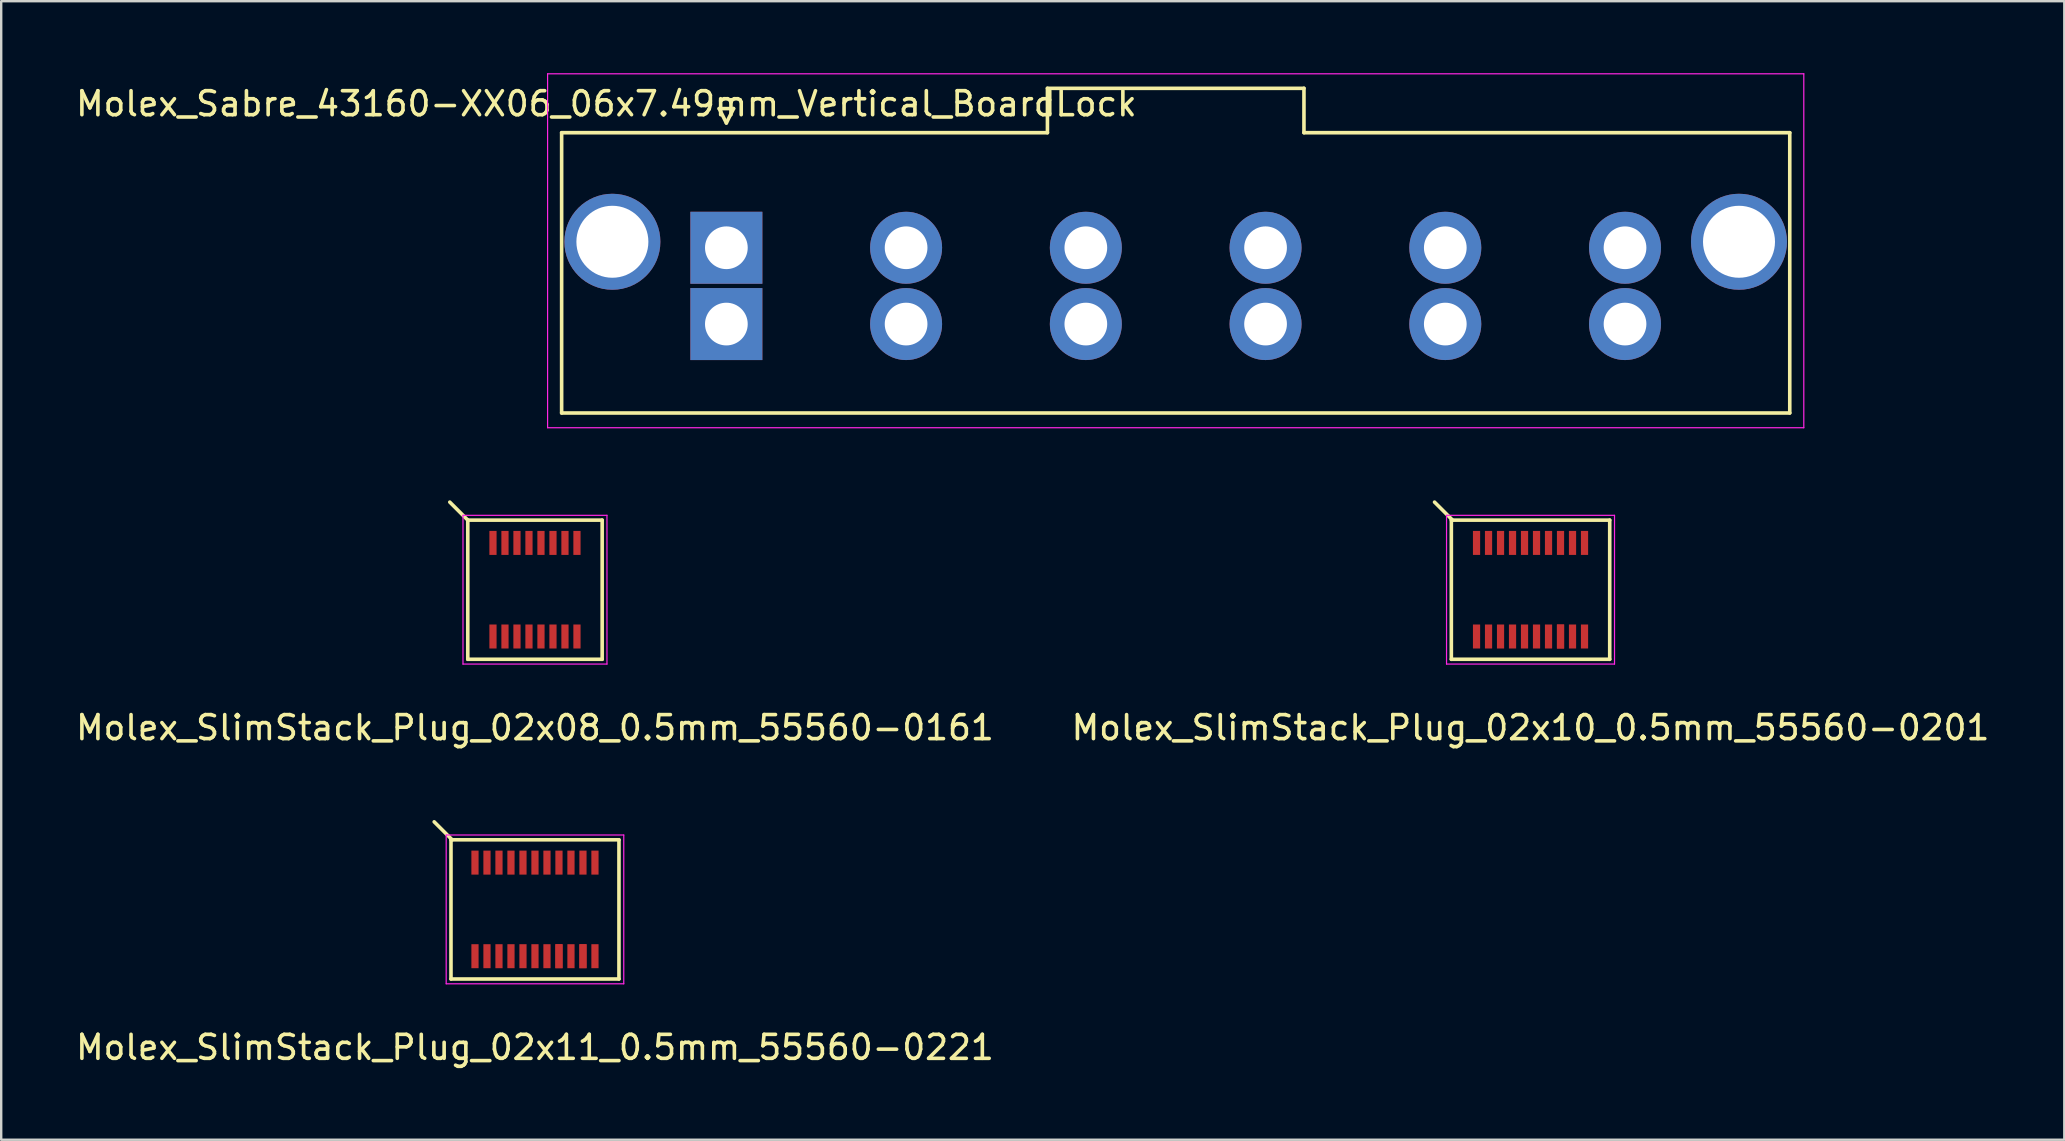
<source format=kicad_pcb>
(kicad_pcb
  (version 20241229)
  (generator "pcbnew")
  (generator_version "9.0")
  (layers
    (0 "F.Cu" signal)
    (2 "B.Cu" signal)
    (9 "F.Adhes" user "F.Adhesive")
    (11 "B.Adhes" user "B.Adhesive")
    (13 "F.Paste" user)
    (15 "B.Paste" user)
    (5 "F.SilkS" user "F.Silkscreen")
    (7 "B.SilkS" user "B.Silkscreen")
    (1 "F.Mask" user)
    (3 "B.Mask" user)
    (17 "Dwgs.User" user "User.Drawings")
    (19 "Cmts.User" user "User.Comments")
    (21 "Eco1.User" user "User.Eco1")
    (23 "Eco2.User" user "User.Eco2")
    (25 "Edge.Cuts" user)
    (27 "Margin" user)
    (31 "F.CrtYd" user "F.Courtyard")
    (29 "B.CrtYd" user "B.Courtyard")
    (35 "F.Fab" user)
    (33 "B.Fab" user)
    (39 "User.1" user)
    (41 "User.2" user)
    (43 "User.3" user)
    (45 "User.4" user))
  (footprint "Molex_SlimStack_Plug_02x11_0.5mm_55560-0221"
    (layer "F.Cu")
    (at 19.244 34.848)
    (property "Reference" "Molex_SlimStack_Plug_02x11_0.5mm_55560-0221" (at 0 5.75 0) (layer "F.SilkS") (effects (font (size 1 1) (thickness 0.15))))
    (attr smd)
    (fp_line (start -3.5 -2.9) (end -3.5 2.9) (stroke (width 0.15) (type solid)) (layer "F.SilkS"))
    (fp_line (start -3.5 2.9) (end 3.5 2.9) (stroke (width 0.15) (type solid)) (layer "F.SilkS"))
    (fp_line (start -3.45 -2.9) (end -4.2 -3.65) (stroke (width 0.15) (type solid)) (layer "F.SilkS"))
    (fp_line (start 3.5 -2.9) (end -3.5 -2.9) (stroke (width 0.15) (type solid)) (layer "F.SilkS"))
    (fp_line (start 3.5 2.9) (end 3.5 -2.9) (stroke (width 0.15) (type solid)) (layer "F.SilkS"))
    (fp_line (start -3.7 -3.1) (end -3.7 3.1) (stroke (width 0.05) (type solid)) (layer "F.CrtYd"))
    (fp_line (start -3.7 3.1) (end 3.7 3.1) (stroke (width 0.05) (type solid)) (layer "F.CrtYd"))
    (fp_line (start 3.7 -3.1) (end -3.7 -3.1) (stroke (width 0.05) (type solid)) (layer "F.CrtYd"))
    (fp_line (start 3.7 3.1) (end 3.7 -3.1) (stroke (width 0.05) (type solid)) (layer "F.CrtYd"))
    (pad "1" smd rect (at -2.5 -1.95) (size 0.3 1) (layers "F.Cu" "F.Mask" "F.Paste"))
    (pad "2" smd rect (at -2.5 1.95) (size 0.3 1) (layers "F.Cu" "F.Mask" "F.Paste"))
    (pad "3" smd rect (at -2 -1.95) (size 0.3 1) (layers "F.Cu" "F.Mask" "F.Paste"))
    (pad "4" smd rect (at -2 1.95) (size 0.3 1) (layers "F.Cu" "F.Mask" "F.Paste"))
    (pad "5" smd rect (at -1.5 -1.95) (size 0.3 1) (layers "F.Cu" "F.Mask" "F.Paste"))
    (pad "6" smd rect (at -1.5 1.95) (size 0.3 1) (layers "F.Cu" "F.Mask" "F.Paste"))
    (pad "7" smd rect (at -1 -1.95) (size 0.3 1) (layers "F.Cu" "F.Mask" "F.Paste"))
    (pad "8" smd rect (at -1 1.95) (size 0.3 1) (layers "F.Cu" "F.Mask" "F.Paste"))
    (pad "9" smd rect (at -0.5 -1.95) (size 0.3 1) (layers "F.Cu" "F.Mask" "F.Paste"))
    (pad "10" smd rect (at -0.5 1.95) (size 0.3 1) (layers "F.Cu" "F.Mask" "F.Paste"))
    (pad "11" smd rect (at 0 -1.95) (size 0.3 1) (layers "F.Cu" "F.Mask" "F.Paste"))
    (pad "12" smd rect (at 0 1.95) (size 0.3 1) (layers "F.Cu" "F.Mask" "F.Paste"))
    (pad "13" smd rect (at 0.5 -1.95) (size 0.3 1) (layers "F.Cu" "F.Mask" "F.Paste"))
    (pad "14" smd rect (at 0.5 1.95) (size 0.3 1) (layers "F.Cu" "F.Mask" "F.Paste"))
    (pad "15" smd rect (at 1 -1.95) (size 0.3 1) (layers "F.Cu" "F.Mask" "F.Paste"))
    (pad "16" smd rect (at 1 1.95) (size 0.3 1) (layers "F.Cu" "F.Mask" "F.Paste"))
    (pad "16" smd rect (at 1 1.95) (size 0.3 1) (layers "F.Cu" "F.Mask" "F.Paste"))
    (pad "17" smd rect (at 1.5 -1.95) (size 0.3 1) (layers "F.Cu" "F.Mask" "F.Paste"))
    (pad "18" smd rect (at 1.5 1.95) (size 0.3 1) (layers "F.Cu" "F.Mask" "F.Paste"))
    (pad "19" smd rect (at 2 -1.95) (size 0.3 1) (layers "F.Cu" "F.Mask" "F.Paste"))
    (pad "20" smd rect (at 2 1.95) (size 0.3 1) (layers "F.Cu" "F.Mask" "F.Paste"))
    (pad "20" smd rect (at 2 1.95) (size 0.3 1) (layers "F.Cu" "F.Mask" "F.Paste"))
    (pad "21" smd rect (at 2.5 -1.95) (size 0.3 1) (layers "F.Cu" "F.Mask" "F.Paste"))
    (pad "22" smd rect (at 2.5 1.95) (size 0.3 1) (layers "F.Cu" "F.Mask" "F.Paste")))
  (footprint "Molex_Sabre_43160-XX06_06x7.49mm_Vertical_BoardLock"
    (layer "F.Cu")
    (at 27.22 7.275)
    (property "Reference" "Molex_Sabre_43160-XX06_06x7.49mm_Vertical_BoardLock" (at -5 -6 0) (layer "F.SilkS") (effects (font (size 1 1) (thickness 0.15))))
    (attr through_hole)
    (fp_line (start -6.865 -4.795) (end 13.38 -4.795) (stroke (width 0.15) (type solid)) (layer "F.SilkS"))
    (fp_line (start -6.865 6.885) (end -6.865 -4.795) (stroke (width 0.15) (type solid)) (layer "F.SilkS"))
    (fp_line (start -0.3 -5.8) (end 0 -5.2) (stroke (width 0.15) (type solid)) (layer "F.SilkS"))
    (fp_line (start 0 -5.2) (end 0.3 -5.8) (stroke (width 0.15) (type solid)) (layer "F.SilkS"))
    (fp_line (start 0.3 -5.8) (end -0.3 -5.8) (stroke (width 0.15) (type solid)) (layer "F.SilkS"))
    (fp_line (start 13.38 -6.645) (end 24.07 -6.645) (stroke (width 0.15) (type solid)) (layer "F.SilkS"))
    (fp_line (start 13.38 -4.795) (end 13.38 -6.645) (stroke (width 0.15) (type solid)) (layer "F.SilkS"))
    (fp_line (start 24.07 -6.645) (end 24.07 -4.795) (stroke (width 0.15) (type solid)) (layer "F.SilkS"))
    (fp_line (start 24.07 -4.795) (end 44.315 -4.795) (stroke (width 0.15) (type solid)) (layer "F.SilkS"))
    (fp_line (start 44.315 -4.795) (end 44.315 6.885) (stroke (width 0.15) (type solid)) (layer "F.SilkS"))
    (fp_line (start 44.315 6.885) (end -6.865 6.885) (stroke (width 0.15) (type solid)) (layer "F.SilkS"))
    (fp_line (start -7.45 -7.25) (end -7.45 7.5) (stroke (width 0.05) (type solid)) (layer "F.CrtYd"))
    (fp_line (start -7.45 7.5) (end 44.9 7.5) (stroke (width 0.05) (type solid)) (layer "F.CrtYd"))
    (fp_line (start 44.9 -7.25) (end -7.45 -7.25) (stroke (width 0.05) (type solid)) (layer "F.CrtYd"))
    (fp_line (start 44.9 7.5) (end 44.9 -7.25) (stroke (width 0.05) (type solid)) (layer "F.CrtYd"))
    (pad "" thru_hole circle (at -4.75 -0.25) (size 4 4) (drill 3) (layers "*.Cu" "*.Mask"))
    (pad "" thru_hole circle (at 42.2 -0.25) (size 4 4) (drill 3) (layers "*.Cu" "*.Mask"))
    (pad "1" thru_hole rect (at 0 0) (size 3 3) (drill 1.78) (layers "*.Cu" "*.Mask"))
    (pad "1" thru_hole rect (at 0 3.18) (size 3 3) (drill 1.78) (layers "*.Cu" "*.Mask"))
    (pad "2" thru_hole circle (at 7.49 0) (size 3 3) (drill 1.78) (layers "*.Cu" "*.Mask"))
    (pad "2" thru_hole circle (at 7.49 3.18) (size 3 3) (drill 1.78) (layers "*.Cu" "*.Mask"))
    (pad "3" thru_hole circle (at 14.98 0) (size 3 3) (drill 1.78) (layers "*.Cu" "*.Mask"))
    (pad "3" thru_hole circle (at 14.98 3.18) (size 3 3) (drill 1.78) (layers "*.Cu" "*.Mask"))
    (pad "4" thru_hole circle (at 22.47 0) (size 3 3) (drill 1.78) (layers "*.Cu" "*.Mask"))
    (pad "4" thru_hole circle (at 22.47 3.18) (size 3 3) (drill 1.78) (layers "*.Cu" "*.Mask"))
    (pad "5" thru_hole circle (at 29.96 0) (size 3 3) (drill 1.78) (layers "*.Cu" "*.Mask"))
    (pad "5" thru_hole circle (at 29.96 3.18) (size 3 3) (drill 1.78) (layers "*.Cu" "*.Mask"))
    (pad "6" thru_hole circle (at 37.45 0) (size 3 3) (drill 1.78) (layers "*.Cu" "*.Mask"))
    (pad "6" thru_hole circle (at 37.45 3.18) (size 3 3) (drill 1.78) (layers "*.Cu" "*.Mask")))
  (footprint "Molex_SlimStack_Plug_02x10_0.5mm_55560-0201"
    (layer "F.Cu")
    (at 60.732 21.525)
    (property "Reference" "Molex_SlimStack_Plug_02x10_0.5mm_55560-0201" (at 0 5.75 0) (layer "F.SilkS") (effects (font (size 1 1) (thickness 0.15))))
    (attr smd)
    (fp_line (start -3.3 -2.9) (end -3.3 2.9) (stroke (width 0.15) (type solid)) (layer "F.SilkS"))
    (fp_line (start -3.3 2.9) (end 3.3 2.9) (stroke (width 0.15) (type solid)) (layer "F.SilkS"))
    (fp_line (start -3.25 -2.9) (end -4 -3.65) (stroke (width 0.15) (type solid)) (layer "F.SilkS"))
    (fp_line (start 3.3 -2.9) (end -3.3 -2.9) (stroke (width 0.15) (type solid)) (layer "F.SilkS"))
    (fp_line (start 3.3 2.9) (end 3.3 -2.9) (stroke (width 0.15) (type solid)) (layer "F.SilkS"))
    (fp_line (start -3.5 -3.1) (end -3.5 3.1) (stroke (width 0.05) (type solid)) (layer "F.CrtYd"))
    (fp_line (start -3.5 3.1) (end 3.5 3.1) (stroke (width 0.05) (type solid)) (layer "F.CrtYd"))
    (fp_line (start 3.5 -3.1) (end -3.5 -3.1) (stroke (width 0.05) (type solid)) (layer "F.CrtYd"))
    (fp_line (start 3.5 3.1) (end 3.5 -3.1) (stroke (width 0.05) (type solid)) (layer "F.CrtYd"))
    (pad "1" smd rect (at -2.25 -1.95) (size 0.3 1) (layers "F.Cu" "F.Mask" "F.Paste"))
    (pad "2" smd rect (at -2.25 1.95) (size 0.3 1) (layers "F.Cu" "F.Mask" "F.Paste"))
    (pad "3" smd rect (at -1.75 -1.95) (size 0.3 1) (layers "F.Cu" "F.Mask" "F.Paste"))
    (pad "4" smd rect (at -1.75 1.95) (size 0.3 1) (layers "F.Cu" "F.Mask" "F.Paste"))
    (pad "5" smd rect (at -1.25 -1.95) (size 0.3 1) (layers "F.Cu" "F.Mask" "F.Paste"))
    (pad "6" smd rect (at -1.25 1.95) (size 0.3 1) (layers "F.Cu" "F.Mask" "F.Paste"))
    (pad "7" smd rect (at -0.75 -1.95) (size 0.3 1) (layers "F.Cu" "F.Mask" "F.Paste"))
    (pad "8" smd rect (at -0.75 1.95) (size 0.3 1) (layers "F.Cu" "F.Mask" "F.Paste"))
    (pad "9" smd rect (at -0.25 -1.95) (size 0.3 1) (layers "F.Cu" "F.Mask" "F.Paste"))
    (pad "10" smd rect (at -0.25 1.95) (size 0.3 1) (layers "F.Cu" "F.Mask" "F.Paste"))
    (pad "11" smd rect (at 0.25 -1.95) (size 0.3 1) (layers "F.Cu" "F.Mask" "F.Paste"))
    (pad "12" smd rect (at 0.25 1.95) (size 0.3 1) (layers "F.Cu" "F.Mask" "F.Paste"))
    (pad "13" smd rect (at 0.75 -1.95) (size 0.3 1) (layers "F.Cu" "F.Mask" "F.Paste"))
    (pad "14" smd rect (at 0.75 1.95) (size 0.3 1) (layers "F.Cu" "F.Mask" "F.Paste"))
    (pad "15" smd rect (at 1.25 -1.95) (size 0.3 1) (layers "F.Cu" "F.Mask" "F.Paste"))
    (pad "16" smd rect (at 1.25 1.95) (size 0.3 1) (layers "F.Cu" "F.Mask" "F.Paste"))
    (pad "16" smd rect (at 1.25 1.95) (size 0.3 1) (layers "F.Cu" "F.Mask" "F.Paste"))
    (pad "17" smd rect (at 1.75 -1.95) (size 0.3 1) (layers "F.Cu" "F.Mask" "F.Paste"))
    (pad "18" smd rect (at 1.75 1.95) (size 0.3 1) (layers "F.Cu" "F.Mask" "F.Paste"))
    (pad "19" smd rect (at 2.25 -1.95) (size 0.3 1) (layers "F.Cu" "F.Mask" "F.Paste"))
    (pad "20" smd rect (at 2.25 1.95) (size 0.3 1) (layers "F.Cu" "F.Mask" "F.Paste")))
  (footprint "Molex_SlimStack_Plug_02x08_0.5mm_55560-0161"
    (layer "F.Cu")
    (at 19.244 21.525)
    (property "Reference" "Molex_SlimStack_Plug_02x08_0.5mm_55560-0161" (at 0 5.75 0) (layer "F.SilkS") (effects (font (size 1 1) (thickness 0.15))))
    (attr smd)
    (fp_line (start -2.8 -2.9) (end -3.55 -3.65) (stroke (width 0.15) (type solid)) (layer "F.SilkS"))
    (fp_line (start -2.8 -2.9) (end -2.8 2.9) (stroke (width 0.15) (type solid)) (layer "F.SilkS"))
    (fp_line (start -2.8 2.9) (end 2.8 2.9) (stroke (width 0.15) (type solid)) (layer "F.SilkS"))
    (fp_line (start 2.8 -2.9) (end -2.8 -2.9) (stroke (width 0.15) (type solid)) (layer "F.SilkS"))
    (fp_line (start 2.8 2.9) (end 2.8 -2.9) (stroke (width 0.15) (type solid)) (layer "F.SilkS"))
    (fp_line (start -3 -3.1) (end -3 3.1) (stroke (width 0.05) (type solid)) (layer "F.CrtYd"))
    (fp_line (start -3 3.1) (end 3 3.1) (stroke (width 0.05) (type solid)) (layer "F.CrtYd"))
    (fp_line (start 3 -3.1) (end -3 -3.1) (stroke (width 0.05) (type solid)) (layer "F.CrtYd"))
    (fp_line (start 3 3.1) (end 3 -3.1) (stroke (width 0.05) (type solid)) (layer "F.CrtYd"))
    (pad "1" smd rect (at -1.75 -1.95) (size 0.3 1) (layers "F.Cu" "F.Mask" "F.Paste"))
    (pad "2" smd rect (at -1.75 1.95) (size 0.3 1) (layers "F.Cu" "F.Mask" "F.Paste"))
    (pad "3" smd rect (at -1.25 -1.95) (size 0.3 1) (layers "F.Cu" "F.Mask" "F.Paste"))
    (pad "4" smd rect (at -1.25 1.95) (size 0.3 1) (layers "F.Cu" "F.Mask" "F.Paste"))
    (pad "5" smd rect (at -0.75 -1.95) (size 0.3 1) (layers "F.Cu" "F.Mask" "F.Paste"))
    (pad "6" smd rect (at -0.75 1.95) (size 0.3 1) (layers "F.Cu" "F.Mask" "F.Paste"))
    (pad "7" smd rect (at -0.25 -1.95) (size 0.3 1) (layers "F.Cu" "F.Mask" "F.Paste"))
    (pad "8" smd rect (at -0.25 1.95) (size 0.3 1) (layers "F.Cu" "F.Mask" "F.Paste"))
    (pad "9" smd rect (at 0.25 -1.95) (size 0.3 1) (layers "F.Cu" "F.Mask" "F.Paste"))
    (pad "10" smd rect (at 0.25 1.95) (size 0.3 1) (layers "F.Cu" "F.Mask" "F.Paste"))
    (pad "11" smd rect (at 0.75 -1.95) (size 0.3 1) (layers "F.Cu" "F.Mask" "F.Paste"))
    (pad "12" smd rect (at 0.75 1.95) (size 0.3 1) (layers "F.Cu" "F.Mask" "F.Paste"))
    (pad "13" smd rect (at 1.25 -1.95) (size 0.3 1) (layers "F.Cu" "F.Mask" "F.Paste"))
    (pad "14" smd rect (at 1.25 1.95) (size 0.3 1) (layers "F.Cu" "F.Mask" "F.Paste"))
    (pad "15" smd rect (at 1.75 -1.95) (size 0.3 1) (layers "F.Cu" "F.Mask" "F.Paste"))
    (pad "16" smd rect (at 1.75 1.95) (size 0.3 1) (layers "F.Cu" "F.Mask" "F.Paste")))
  (gr_rect
    (start -3 -3)
    (end 82.976 44.447)
    (stroke (width 0.1) (type default))
    (fill no)
    (layer "Edge.Cuts")))
</source>
